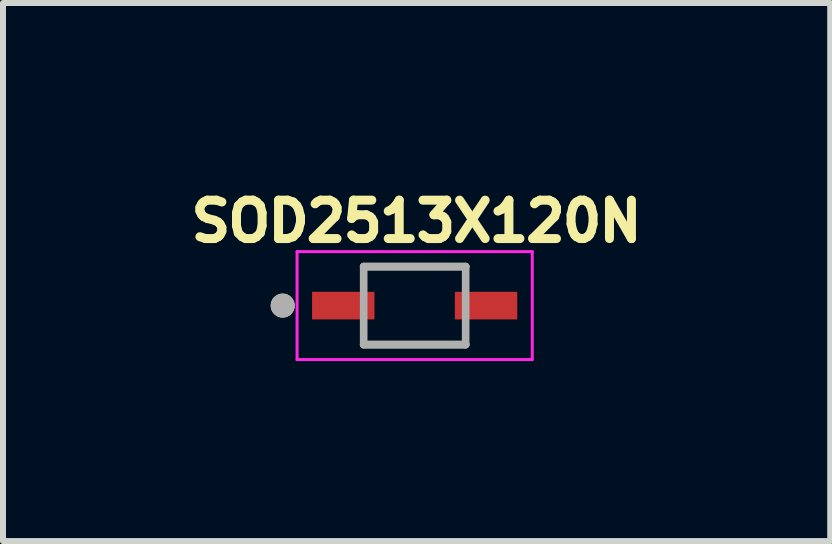
<source format=kicad_pcb>
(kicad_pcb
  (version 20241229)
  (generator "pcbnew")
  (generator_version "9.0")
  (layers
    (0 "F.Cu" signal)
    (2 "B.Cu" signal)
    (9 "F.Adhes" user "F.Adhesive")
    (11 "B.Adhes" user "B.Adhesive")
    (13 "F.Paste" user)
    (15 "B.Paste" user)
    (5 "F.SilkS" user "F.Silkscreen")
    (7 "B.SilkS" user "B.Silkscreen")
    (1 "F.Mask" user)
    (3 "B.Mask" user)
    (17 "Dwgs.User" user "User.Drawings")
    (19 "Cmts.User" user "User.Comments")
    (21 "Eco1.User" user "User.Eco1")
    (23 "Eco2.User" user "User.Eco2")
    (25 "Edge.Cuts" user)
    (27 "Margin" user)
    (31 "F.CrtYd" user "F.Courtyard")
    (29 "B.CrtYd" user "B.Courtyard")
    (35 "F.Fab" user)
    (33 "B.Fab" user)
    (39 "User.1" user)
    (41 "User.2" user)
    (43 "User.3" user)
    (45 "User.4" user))
  (footprint "SOD2513X120N"
    (layer "F.Cu")
    (at 3.862 2.044)
    (property "Reference" "SOD2513X120N" (at 0.032 -1.406 0) (layer "F.SilkS") (effects (font (size 0.64 0.64) (thickness 0.15))))
    (attr smd)
    (fp_line (start -0.85 0.65) (end 0.85 0.65) (stroke (width 0.127) (type solid)) (layer "F.SilkS"))
    (fp_line (start 0.85 -0.65) (end -0.85 -0.65) (stroke (width 0.127) (type solid)) (layer "F.SilkS"))
    (fp_circle (center -2.2 0) (end -2.1 0) (stroke (width 0.2) (type solid)) (fill no) (layer "F.SilkS"))
    (fp_line (start -1.96 -0.9) (end -1.96 0.9) (stroke (width 0.05) (type solid)) (layer "F.CrtYd"))
    (fp_line (start -1.96 0.9) (end 1.96 0.9) (stroke (width 0.05) (type solid)) (layer "F.CrtYd"))
    (fp_line (start 1.96 -0.9) (end -1.96 -0.9) (stroke (width 0.05) (type solid)) (layer "F.CrtYd"))
    (fp_line (start 1.96 0.9) (end 1.96 -0.9) (stroke (width 0.05) (type solid)) (layer "F.CrtYd"))
    (fp_line (start -0.85 -0.65) (end -0.85 0.65) (stroke (width 0.127) (type solid)) (layer "F.Fab"))
    (fp_line (start -0.85 0.65) (end 0.85 0.65) (stroke (width 0.127) (type solid)) (layer "F.Fab"))
    (fp_line (start 0.85 -0.65) (end -0.85 -0.65) (stroke (width 0.127) (type solid)) (layer "F.Fab"))
    (fp_line (start 0.85 0.65) (end 0.85 -0.65) (stroke (width 0.127) (type solid)) (layer "F.Fab"))
    (fp_circle (center -2.2 0) (end -2.1 0) (stroke (width 0.2) (type solid)) (fill no) (layer "F.Fab"))
    (pad "A" smd rect (at 1.19 0) (size 1.04 0.46) (layers "F.Cu" "F.Mask" "F.Paste"))
    (pad "C" smd rect (at -1.19 0) (size 1.04 0.46) (layers "F.Cu" "F.Mask" "F.Paste")))
  (gr_rect
    (start -3 -3)
    (end 10.789 5.969)
    (stroke (width 0.1) (type default))
    (fill no)
    (layer "Edge.Cuts")))
</source>
